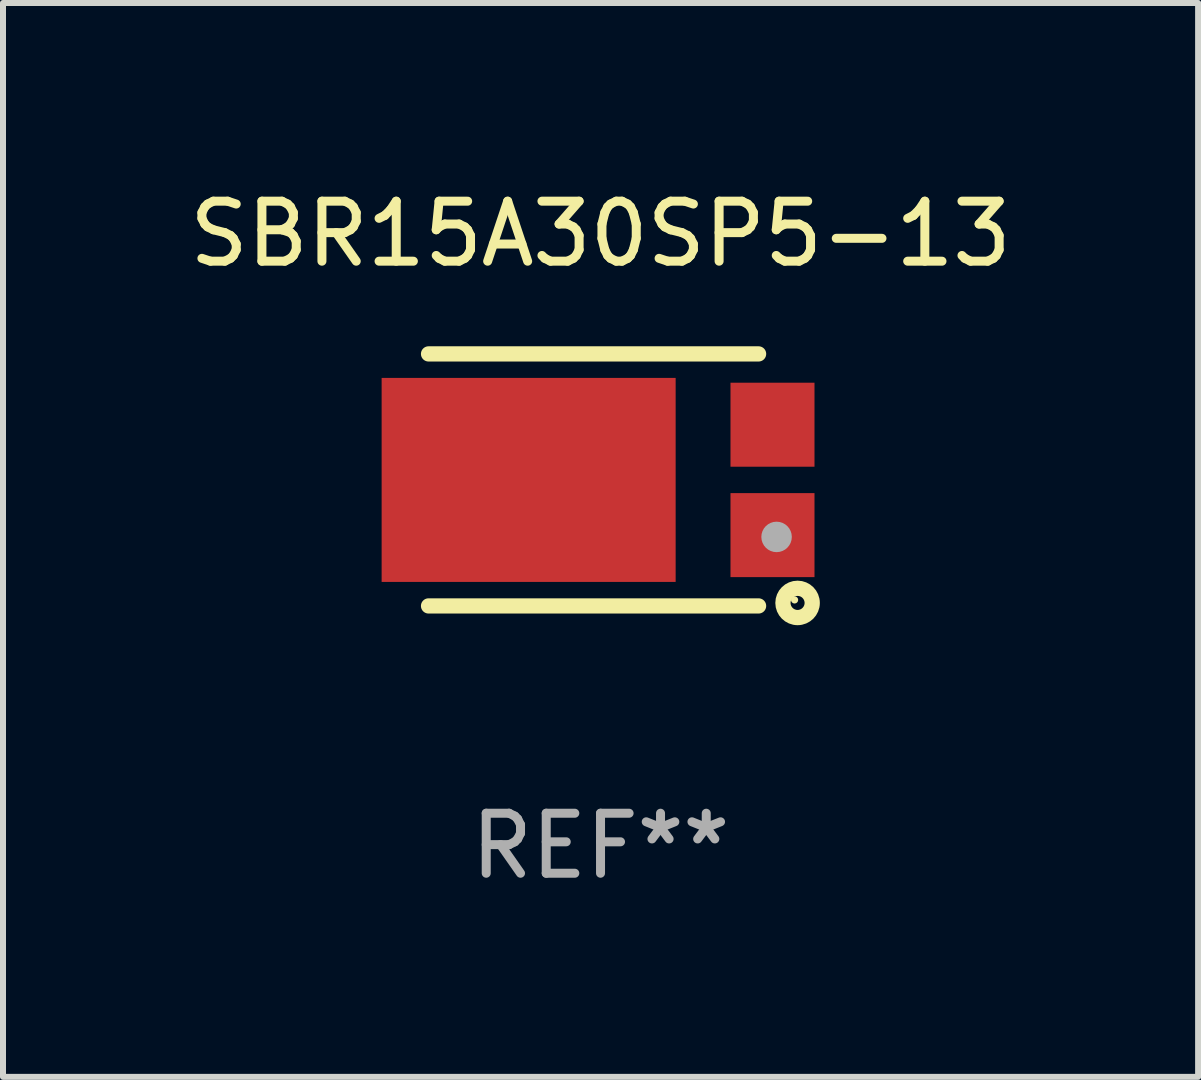
<source format=kicad_pcb>
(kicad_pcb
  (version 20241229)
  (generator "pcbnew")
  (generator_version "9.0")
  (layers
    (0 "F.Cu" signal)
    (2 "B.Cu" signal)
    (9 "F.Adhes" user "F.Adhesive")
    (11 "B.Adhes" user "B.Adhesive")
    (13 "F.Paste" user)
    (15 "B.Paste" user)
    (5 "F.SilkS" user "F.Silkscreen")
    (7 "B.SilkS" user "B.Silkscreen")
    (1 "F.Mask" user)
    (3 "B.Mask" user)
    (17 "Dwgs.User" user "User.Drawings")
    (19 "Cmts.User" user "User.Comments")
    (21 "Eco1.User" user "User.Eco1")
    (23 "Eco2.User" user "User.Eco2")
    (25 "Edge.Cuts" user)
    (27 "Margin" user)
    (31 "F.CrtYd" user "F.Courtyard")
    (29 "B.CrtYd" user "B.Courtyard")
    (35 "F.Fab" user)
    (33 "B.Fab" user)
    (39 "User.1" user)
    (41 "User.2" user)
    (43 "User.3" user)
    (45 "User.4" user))
  (footprint "SBR15A30SP5-13"
    (layer "F.Cu")
    (at 6.958 4.948)
    (property "Reference" "SBR15A30SP5-13" (at 0 -4.1 0) (layer "F.SilkS") (effects (font (size 1 1) (thickness 0.15))))
    (attr through_hole)
    (fp_line (start -2.866 2.1) (end 2.634 2.1) (stroke (width 0.254) (type solid)) (layer "F.SilkS"))
    (fp_line (start 2.634 -2.1) (end -2.866 -2.1) (stroke (width 0.254) (type solid)) (layer "F.SilkS"))
    (fp_circle (center 3.234 2) (end 3.264 2) (stroke (width 0.06) (type solid)) (fill no) (layer "F.SilkS"))
    (fp_circle (center 3.284 2.05) (end 3.401 2.05) (stroke (width 0.254) (type solid)) (fill no) (layer "F.SilkS"))
    (fp_circle (center 2.934 0.95) (end 3.061 0.95) (stroke (width 0.254) (type solid)) (fill no) (layer "F.Fab"))
    (fp_text user "REF**" (at 0 6.1 0) (layer "F.Fab") (effects (font (size 1 1) (thickness 0.15))))
    (pad "1" smd rect (at 2.866 0.92 90) (size 1.4 1.4) (layers "F.Cu" "F.Mask" "F.Paste"))
    (pad "2" smd rect (at 2.866 -0.92 90) (size 1.4 1.4) (layers "F.Cu" "F.Mask" "F.Paste"))
    (pad "3" smd rect (at -1.198 0 90) (size 3.4 4.9) (layers "F.Cu" "F.Mask" "F.Paste")))
  (gr_rect
    (start -3 -3)
    (end 16.917 14.896)
    (stroke (width 0.1) (type default))
    (fill no)
    (layer "Edge.Cuts")))
</source>
